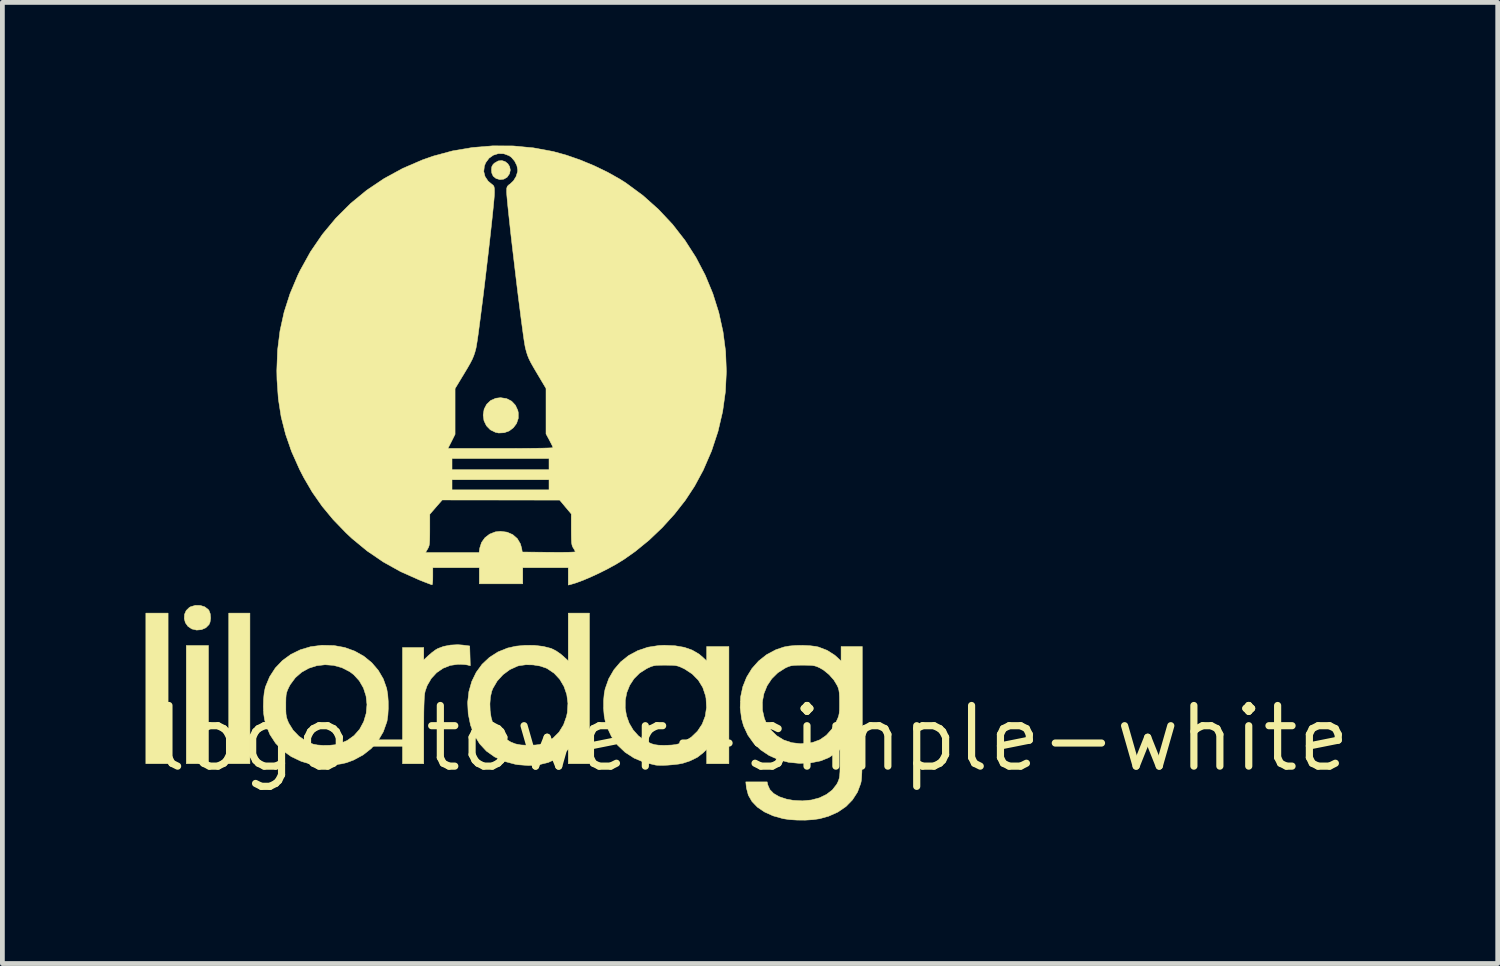
<source format=kicad_pcb>
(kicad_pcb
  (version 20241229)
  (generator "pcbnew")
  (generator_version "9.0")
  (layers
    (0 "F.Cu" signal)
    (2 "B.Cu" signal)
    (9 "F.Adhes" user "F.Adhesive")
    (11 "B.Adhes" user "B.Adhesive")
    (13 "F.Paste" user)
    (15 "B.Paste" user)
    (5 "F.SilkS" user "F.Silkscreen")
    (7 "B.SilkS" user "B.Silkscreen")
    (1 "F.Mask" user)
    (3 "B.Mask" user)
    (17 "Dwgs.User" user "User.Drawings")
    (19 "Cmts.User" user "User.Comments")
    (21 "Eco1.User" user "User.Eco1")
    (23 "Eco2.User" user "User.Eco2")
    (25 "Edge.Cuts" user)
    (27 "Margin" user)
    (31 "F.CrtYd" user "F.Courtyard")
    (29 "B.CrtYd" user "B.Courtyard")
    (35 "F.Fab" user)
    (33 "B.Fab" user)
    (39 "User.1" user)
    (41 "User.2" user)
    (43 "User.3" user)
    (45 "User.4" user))
  (footprint "logo-tower-simple-white"
    (layer "F.Cu")
    (at 12.705 12.418)
    (property "Reference" "logo-tower-simple-white" (at 0 0 0) (layer "F.SilkS") (effects (font (size 1.27 1.27) (thickness 0.15))))
    (attr through_hole)
    (fp_poly (pts (xy -12.234 0.529) (xy -12.7 0.529) (xy -12.7 -2.625) (xy -12.234 -2.625) (xy -12.234 0.529)) (stroke (width 0.01) (type solid)) (fill yes) (layer "F.SilkS"))
    (fp_poly (pts (xy -11.388 0.529) (xy -11.853 0.529) (xy -11.853 -1.947) (xy -11.388 -1.947) (xy -11.388 0.529)) (stroke (width 0.01) (type solid)) (fill yes) (layer "F.SilkS"))
    (fp_poly (pts (xy -10.52 0.529) (xy -10.964 0.529) (xy -10.964 -2.625) (xy -10.52 -2.625) (xy -10.52 0.529)) (stroke (width 0.01) (type solid)) (fill yes) (layer "F.SilkS"))
    (fp_poly (pts (xy -5.174 -12.083) (xy -5.118 -12.039) (xy -5.08 -11.978) (xy -5.066 -11.906) (xy -5.082 -11.83) (xy -5.132 -11.757) (xy -5.133 -11.756) (xy -5.201 -11.716) (xy -5.283 -11.706) (xy -5.362 -11.729) (xy -5.366 -11.731) (xy -5.425 -11.779) (xy -5.454 -11.844) (xy -5.46 -11.91) (xy -5.454 -11.975) (xy -5.428 -12.022) (xy -5.396 -12.053) (xy -5.319 -12.097) (xy -5.243 -12.105) (xy -5.174 -12.083)) (stroke (width 0.01) (type solid)) (fill yes) (layer "F.SilkS"))
    (fp_poly (pts (xy -11.559 -2.786) (xy -11.466 -2.757) (xy -11.393 -2.701) (xy -11.377 -2.68) (xy -11.351 -2.61) (xy -11.343 -2.522) (xy -11.355 -2.437) (xy -11.377 -2.385) (xy -11.444 -2.318) (xy -11.534 -2.279) (xy -11.636 -2.27) (xy -11.738 -2.294) (xy -11.739 -2.295) (xy -11.819 -2.349) (xy -11.872 -2.424) (xy -11.895 -2.511) (xy -11.89 -2.599) (xy -11.855 -2.679) (xy -11.79 -2.743) (xy -11.761 -2.759) (xy -11.662 -2.788) (xy -11.559 -2.786)) (stroke (width 0.01) (type solid)) (fill yes) (layer "F.SilkS"))
    (fp_poly (pts (xy -5.144 -7.119) (xy -5.039 -7.065) (xy -4.959 -6.98) (xy -4.908 -6.869) (xy -4.899 -6.823) (xy -4.899 -6.705) (xy -4.935 -6.598) (xy -5.001 -6.509) (xy -5.089 -6.442) (xy -5.194 -6.404) (xy -5.309 -6.398) (xy -5.378 -6.413) (xy -5.484 -6.465) (xy -5.566 -6.549) (xy -5.617 -6.655) (xy -5.634 -6.774) (xy -5.614 -6.898) (xy -5.56 -7.001) (xy -5.477 -7.079) (xy -5.37 -7.126) (xy -5.27 -7.138) (xy -5.144 -7.119)) (stroke (width 0.01) (type solid)) (fill yes) (layer "F.SilkS"))
    (fp_poly (pts (xy -6.062 -1.956) (xy -5.916 -1.937) (xy -5.91 -1.73) (xy -5.904 -1.523) (xy -5.963 -1.539) (xy -6.015 -1.547) (xy -6.092 -1.552) (xy -6.162 -1.553) (xy -6.324 -1.53) (xy -6.475 -1.47) (xy -6.61 -1.377) (xy -6.722 -1.255) (xy -6.808 -1.107) (xy -6.849 -0.99) (xy -6.858 -0.946) (xy -6.865 -0.884) (xy -6.87 -0.8) (xy -6.874 -0.69) (xy -6.877 -0.551) (xy -6.878 -0.377) (xy -6.879 -0.175) (xy -6.879 0.529) (xy -7.324 0.529) (xy -7.324 -1.905) (xy -6.879 -1.905) (xy -6.879 -1.645) (xy -6.776 -1.741) (xy -6.707 -1.8) (xy -6.634 -1.854) (xy -6.587 -1.882) (xy -6.464 -1.928) (xy -6.318 -1.956) (xy -6.165 -1.964) (xy -6.062 -1.956)) (stroke (width 0.01) (type solid)) (fill yes) (layer "F.SilkS"))
    (fp_poly (pts (xy -3.408 0.529) (xy -3.852 0.529) (xy -3.852 0.227) (xy -3.946 0.313) (xy -4.095 0.423) (xy -4.271 0.503) (xy -4.468 0.551) (xy -4.681 0.567) (xy -4.907 0.55) (xy -4.964 0.54) (xy -5.193 0.479) (xy -5.394 0.387) (xy -5.566 0.265) (xy -5.708 0.112) (xy -5.819 -0.069) (xy -5.899 -0.279) (xy -5.947 -0.515) (xy -5.948 -0.521) (xy -5.958 -0.728) (xy -5.493 -0.728) (xy -5.488 -0.58) (xy -5.468 -0.443) (xy -5.442 -0.354) (xy -5.357 -0.189) (xy -5.245 -0.054) (xy -5.156 0.016) (xy -5.055 0.076) (xy -4.955 0.115) (xy -4.844 0.136) (xy -4.71 0.143) (xy -4.646 0.142) (xy -4.536 0.137) (xy -4.455 0.127) (xy -4.389 0.111) (xy -4.323 0.084) (xy -4.318 0.082) (xy -4.168 -0.01) (xy -4.045 -0.133) (xy -3.951 -0.285) (xy -3.888 -0.462) (xy -3.871 -0.545) (xy -3.859 -0.736) (xy -3.883 -0.919) (xy -3.941 -1.088) (xy -4.03 -1.239) (xy -4.148 -1.366) (xy -4.292 -1.463) (xy -4.314 -1.474) (xy -4.441 -1.517) (xy -4.588 -1.541) (xy -4.74 -1.544) (xy -4.879 -1.525) (xy -4.916 -1.515) (xy -5.076 -1.442) (xy -5.22 -1.335) (xy -5.341 -1.202) (xy -5.431 -1.048) (xy -5.455 -0.988) (xy -5.482 -0.869) (xy -5.493 -0.728) (xy -5.958 -0.728) (xy -5.959 -0.759) (xy -5.933 -0.984) (xy -5.873 -1.194) (xy -5.78 -1.385) (xy -5.656 -1.555) (xy -5.503 -1.698) (xy -5.325 -1.812) (xy -5.122 -1.894) (xy -4.947 -1.933) (xy -4.755 -1.951) (xy -4.561 -1.95) (xy -4.376 -1.928) (xy -4.215 -1.887) (xy -4.202 -1.882) (xy -4.108 -1.835) (xy -4.01 -1.767) (xy -3.969 -1.732) (xy -3.852 -1.626) (xy -3.852 -2.625) (xy -3.408 -2.625) (xy -3.408 0.529)) (stroke (width 0.01) (type solid)) (fill yes) (layer "F.SilkS"))
    (fp_poly (pts (xy -1.616 -1.942) (xy -1.422 -1.909) (xy -1.257 -1.851) (xy -1.116 -1.769) (xy -1.049 -1.714) (xy -0.953 -1.624) (xy -0.953 -1.926) (xy -0.487 -1.926) (xy -0.487 0.529) (xy -0.953 0.529) (xy -0.953 0.228) (xy -1.032 0.305) (xy -1.15 0.396) (xy -1.302 0.47) (xy -1.45 0.519) (xy -1.537 0.536) (xy -1.647 0.549) (xy -1.767 0.559) (xy -1.882 0.564) (xy -1.977 0.562) (xy -2.021 0.558) (xy -2.261 0.501) (xy -2.474 0.411) (xy -2.661 0.29) (xy -2.819 0.14) (xy -2.947 -0.04) (xy -3.043 -0.246) (xy -3.072 -0.334) (xy -3.099 -0.469) (xy -3.112 -0.626) (xy -3.112 -0.638) (xy -2.659 -0.638) (xy -2.632 -0.476) (xy -2.577 -0.322) (xy -2.494 -0.18) (xy -2.384 -0.056) (xy -2.246 0.046) (xy -2.106 0.111) (xy -2.037 0.131) (xy -1.959 0.141) (xy -1.858 0.144) (xy -1.789 0.143) (xy -1.683 0.138) (xy -1.606 0.129) (xy -1.541 0.113) (xy -1.474 0.087) (xy -1.435 0.07) (xy -1.275 -0.027) (xy -1.145 -0.152) (xy -1.047 -0.3) (xy -0.983 -0.466) (xy -0.956 -0.647) (xy -0.966 -0.839) (xy -0.976 -0.893) (xy -1.034 -1.067) (xy -1.128 -1.221) (xy -1.256 -1.351) (xy -1.416 -1.456) (xy -1.435 -1.465) (xy -1.499 -1.495) (xy -1.552 -1.515) (xy -1.605 -1.527) (xy -1.671 -1.533) (xy -1.761 -1.534) (xy -1.821 -1.535) (xy -1.928 -1.534) (xy -2.005 -1.531) (xy -2.063 -1.522) (xy -2.114 -1.507) (xy -2.17 -1.482) (xy -2.206 -1.465) (xy -2.356 -1.37) (xy -2.475 -1.251) (xy -2.565 -1.113) (xy -2.626 -0.961) (xy -2.657 -0.801) (xy -2.659 -0.638) (xy -3.112 -0.638) (xy -3.112 -0.791) (xy -3.098 -0.945) (xy -3.079 -1.039) (xy -3.004 -1.251) (xy -2.895 -1.439) (xy -2.756 -1.602) (xy -2.589 -1.736) (xy -2.398 -1.839) (xy -2.185 -1.911) (xy -1.953 -1.947) (xy -1.841 -1.952) (xy -1.616 -1.942)) (stroke (width 0.01) (type solid)) (fill yes) (layer "F.SilkS"))
    (fp_poly (pts (xy -8.761 -1.946) (xy -8.758 -1.946) (xy -8.533 -1.905) (xy -8.324 -1.829) (xy -8.135 -1.723) (xy -7.969 -1.588) (xy -7.832 -1.428) (xy -7.726 -1.247) (xy -7.655 -1.047) (xy -7.653 -1.035) (xy -7.633 -0.917) (xy -7.623 -0.776) (xy -7.622 -0.628) (xy -7.63 -0.487) (xy -7.647 -0.369) (xy -7.652 -0.348) (xy -7.726 -0.14) (xy -7.836 0.047) (xy -7.978 0.21) (xy -8.151 0.346) (xy -8.352 0.454) (xy -8.498 0.508) (xy -8.603 0.532) (xy -8.732 0.55) (xy -8.872 0.561) (xy -9.009 0.565) (xy -9.13 0.56) (xy -9.206 0.55) (xy -9.442 0.481) (xy -9.652 0.382) (xy -9.832 0.254) (xy -9.983 0.099) (xy -10.101 -0.082) (xy -10.185 -0.286) (xy -10.215 -0.402) (xy -10.233 -0.526) (xy -10.239 -0.669) (xy -10.238 -0.699) (xy -9.768 -0.699) (xy -9.768 -0.59) (xy -9.764 -0.511) (xy -9.755 -0.451) (xy -9.739 -0.398) (xy -9.715 -0.339) (xy -9.708 -0.323) (xy -9.616 -0.174) (xy -9.493 -0.046) (xy -9.344 0.056) (xy -9.197 0.119) (xy -9.105 0.137) (xy -8.988 0.145) (xy -8.862 0.144) (xy -8.743 0.133) (xy -8.656 0.115) (xy -8.484 0.044) (xy -8.339 -0.06) (xy -8.222 -0.193) (xy -8.136 -0.353) (xy -8.085 -0.525) (xy -8.068 -0.71) (xy -8.088 -0.889) (xy -8.142 -1.057) (xy -8.229 -1.208) (xy -8.345 -1.335) (xy -8.428 -1.398) (xy -8.594 -1.483) (xy -8.769 -1.531) (xy -8.946 -1.544) (xy -9.121 -1.524) (xy -9.286 -1.471) (xy -9.437 -1.387) (xy -9.568 -1.273) (xy -9.673 -1.132) (xy -9.7 -1.083) (xy -9.73 -1.019) (xy -9.749 -0.967) (xy -9.761 -0.914) (xy -9.766 -0.849) (xy -9.768 -0.758) (xy -9.768 -0.699) (xy -10.238 -0.699) (xy -10.235 -0.818) (xy -10.221 -0.957) (xy -10.198 -1.071) (xy -10.194 -1.083) (xy -10.107 -1.292) (xy -9.988 -1.476) (xy -9.839 -1.632) (xy -9.664 -1.76) (xy -9.466 -1.857) (xy -9.248 -1.922) (xy -9.012 -1.952) (xy -8.761 -1.946)) (stroke (width 0.01) (type solid)) (fill yes) (layer "F.SilkS"))
    (fp_poly (pts (xy 1.205 -1.943) (xy 1.33 -1.928) (xy 1.386 -1.916) (xy 1.57 -1.846) (xy 1.73 -1.744) (xy 1.783 -1.697) (xy 1.863 -1.621) (xy 1.863 -1.926) (xy 2.307 -1.926) (xy 2.307 -0.555) (xy 2.307 -0.273) (xy 2.307 -0.029) (xy 2.306 0.178) (xy 2.305 0.352) (xy 2.303 0.497) (xy 2.301 0.616) (xy 2.298 0.711) (xy 2.294 0.787) (xy 2.29 0.846) (xy 2.285 0.891) (xy 2.278 0.926) (xy 2.275 0.941) (xy 2.206 1.125) (xy 2.101 1.287) (xy 1.964 1.427) (xy 1.796 1.542) (xy 1.601 1.629) (xy 1.414 1.681) (xy 1.275 1.701) (xy 1.113 1.711) (xy 0.944 1.71) (xy 0.783 1.7) (xy 0.649 1.68) (xy 0.439 1.621) (xy 0.259 1.54) (xy 0.111 1.44) (xy -0.003 1.322) (xy -0.08 1.188) (xy -0.119 1.04) (xy -0.121 1.028) (xy -0.133 0.91) (xy 0.314 0.91) (xy 0.328 0.975) (xy 0.371 1.071) (xy 0.451 1.153) (xy 0.567 1.22) (xy 0.716 1.27) (xy 0.858 1.296) (xy 1.055 1.307) (xy 1.241 1.289) (xy 1.41 1.244) (xy 1.558 1.172) (xy 1.68 1.078) (xy 1.771 0.961) (xy 1.792 0.921) (xy 1.812 0.873) (xy 1.826 0.827) (xy 1.834 0.771) (xy 1.839 0.698) (xy 1.841 0.597) (xy 1.841 0.522) (xy 1.841 0.23) (xy 1.75 0.305) (xy 1.607 0.4) (xy 1.443 0.467) (xy 1.251 0.507) (xy 1.238 0.509) (xy 0.995 0.522) (xy 0.765 0.5) (xy 0.55 0.444) (xy 0.353 0.356) (xy 0.179 0.24) (xy 0.029 0.096) (xy -0.091 -0.072) (xy -0.18 -0.264) (xy -0.222 -0.413) (xy -0.251 -0.644) (xy -0.246 -0.77) (xy 0.214 -0.77) (xy 0.216 -0.594) (xy 0.255 -0.422) (xy 0.293 -0.331) (xy 0.39 -0.179) (xy 0.515 -0.057) (xy 0.662 0.033) (xy 0.83 0.089) (xy 1.015 0.11) (xy 1.212 0.094) (xy 1.27 0.082) (xy 1.42 0.027) (xy 1.553 -0.066) (xy 1.669 -0.195) (xy 1.764 -0.357) (xy 1.793 -0.42) (xy 1.812 -0.472) (xy 1.823 -0.525) (xy 1.829 -0.591) (xy 1.83 -0.681) (xy 1.83 -0.751) (xy 1.829 -0.867) (xy 1.825 -0.95) (xy 1.816 -1.013) (xy 1.801 -1.065) (xy 1.783 -1.106) (xy 1.712 -1.224) (xy 1.612 -1.337) (xy 1.497 -1.431) (xy 1.421 -1.476) (xy 1.365 -1.502) (xy 1.315 -1.519) (xy 1.259 -1.529) (xy 1.187 -1.533) (xy 1.086 -1.535) (xy 1.058 -1.535) (xy 0.95 -1.534) (xy 0.873 -1.53) (xy 0.815 -1.522) (xy 0.764 -1.507) (xy 0.709 -1.483) (xy 0.688 -1.472) (xy 0.536 -1.375) (xy 0.41 -1.25) (xy 0.313 -1.104) (xy 0.247 -0.941) (xy 0.214 -0.77) (xy -0.246 -0.77) (xy -0.242 -0.869) (xy -0.196 -1.083) (xy -0.116 -1.283) (xy -0.005 -1.464) (xy 0.136 -1.623) (xy 0.304 -1.756) (xy 0.498 -1.859) (xy 0.667 -1.916) (xy 0.777 -1.936) (xy 0.913 -1.948) (xy 1.061 -1.95) (xy 1.205 -1.943)) (stroke (width 0.01) (type solid)) (fill yes) (layer "F.SilkS"))
    (fp_poly (pts (xy -5.006 -12.411) (xy -4.581 -12.371) (xy -4.17 -12.295) (xy -3.894 -12.219) (xy -3.603 -12.118) (xy -3.311 -11.997) (xy -3.029 -11.861) (xy -2.771 -11.716) (xy -2.646 -11.637) (xy -2.288 -11.373) (xy -1.962 -11.082) (xy -1.667 -10.768) (xy -1.406 -10.432) (xy -1.178 -10.077) (xy -0.984 -9.706) (xy -0.824 -9.32) (xy -0.699 -8.923) (xy -0.61 -8.517) (xy -0.556 -8.104) (xy -0.54 -7.686) (xy -0.56 -7.267) (xy -0.618 -6.849) (xy -0.715 -6.433) (xy -0.85 -6.023) (xy -1.024 -5.621) (xy -1.206 -5.284) (xy -1.399 -4.99) (xy -1.627 -4.699) (xy -1.882 -4.418) (xy -2.158 -4.155) (xy -2.447 -3.919) (xy -2.688 -3.749) (xy -2.841 -3.655) (xy -3.013 -3.56) (xy -3.193 -3.469) (xy -3.374 -3.385) (xy -3.545 -3.312) (xy -3.698 -3.256) (xy -3.799 -3.226) (xy -3.852 -3.213) (xy -3.852 -3.577) (xy -4.805 -3.577) (xy -4.805 -3.239) (xy -5.715 -3.239) (xy -5.715 -3.577) (xy -6.689 -3.577) (xy -6.689 -3.397) (xy -6.69 -3.316) (xy -6.695 -3.254) (xy -6.702 -3.221) (xy -6.705 -3.218) (xy -6.729 -3.226) (xy -6.785 -3.247) (xy -6.864 -3.277) (xy -6.959 -3.315) (xy -6.974 -3.321) (xy -7.366 -3.496) (xy -7.727 -3.697) (xy -8.017 -3.895) (xy -6.841 -3.895) (xy -5.72 -3.895) (xy -5.706 -3.988) (xy -5.668 -4.106) (xy -5.597 -4.205) (xy -5.498 -4.281) (xy -5.38 -4.327) (xy -5.274 -4.339) (xy -5.133 -4.321) (xy -5.014 -4.269) (xy -4.919 -4.186) (xy -4.854 -4.076) (xy -4.827 -3.979) (xy -4.815 -3.905) (xy -4.259 -3.9) (xy -4.111 -3.899) (xy -3.978 -3.899) (xy -3.865 -3.9) (xy -3.778 -3.903) (xy -3.723 -3.906) (xy -3.704 -3.91) (xy -3.715 -3.937) (xy -3.741 -3.982) (xy -3.747 -3.99) (xy -3.763 -4.019) (xy -3.774 -4.053) (xy -3.782 -4.1) (xy -3.786 -4.167) (xy -3.788 -4.263) (xy -3.789 -4.378) (xy -3.789 -4.703) (xy -3.911 -4.848) (xy -4.032 -4.993) (xy -6.492 -4.995) (xy -6.622 -4.846) (xy -6.752 -4.696) (xy -6.752 -4.371) (xy -6.753 -4.244) (xy -6.755 -4.151) (xy -6.759 -4.085) (xy -6.767 -4.038) (xy -6.78 -4.002) (xy -6.797 -3.97) (xy -6.841 -3.895) (xy -8.017 -3.895) (xy -8.063 -3.926) (xy -8.381 -4.188) (xy -8.507 -4.306) (xy -8.775 -4.583) (xy -9.007 -4.863) (xy -9.212 -5.156) (xy -9.366 -5.419) (xy -6.287 -5.419) (xy -6.287 -5.207) (xy -4.255 -5.207) (xy -4.255 -5.419) (xy -6.287 -5.419) (xy -9.366 -5.419) (xy -9.396 -5.471) (xy -9.483 -5.641) (xy -9.582 -5.863) (xy -6.287 -5.863) (xy -6.287 -5.63) (xy -4.255 -5.63) (xy -4.255 -5.863) (xy -6.287 -5.863) (xy -9.582 -5.863) (xy -9.647 -6.008) (xy -9.67 -6.075) (xy -6.372 -6.075) (xy -5.271 -6.075) (xy -5.059 -6.075) (xy -4.861 -6.076) (xy -4.681 -6.077) (xy -4.521 -6.079) (xy -4.387 -6.081) (xy -4.281 -6.084) (xy -4.209 -6.087) (xy -4.173 -6.09) (xy -4.17 -6.091) (xy -4.18 -6.116) (xy -4.205 -6.168) (xy -4.24 -6.235) (xy -4.244 -6.243) (xy -4.318 -6.38) (xy -4.318 -7.332) (xy -4.509 -7.653) (xy -4.581 -7.775) (xy -4.635 -7.871) (xy -4.674 -7.949) (xy -4.703 -8.019) (xy -4.726 -8.091) (xy -4.748 -8.173) (xy -4.753 -8.194) (xy -4.763 -8.249) (xy -4.778 -8.342) (xy -4.796 -8.468) (xy -4.817 -8.623) (xy -4.841 -8.802) (xy -4.866 -9.001) (xy -4.894 -9.216) (xy -4.922 -9.443) (xy -4.95 -9.677) (xy -4.978 -9.913) (xy -5.006 -10.148) (xy -5.033 -10.377) (xy -5.058 -10.595) (xy -5.08 -10.799) (xy -5.1 -10.984) (xy -5.117 -11.146) (xy -5.13 -11.28) (xy -5.139 -11.381) (xy -5.143 -11.447) (xy -5.143 -11.458) (xy -5.141 -11.525) (xy -5.128 -11.565) (xy -5.097 -11.596) (xy -5.068 -11.616) (xy -4.999 -11.682) (xy -4.944 -11.772) (xy -4.914 -11.87) (xy -4.911 -11.907) (xy -4.928 -11.999) (xy -4.975 -12.093) (xy -5.042 -12.172) (xy -5.091 -12.207) (xy -5.203 -12.248) (xy -5.316 -12.251) (xy -5.421 -12.218) (xy -5.512 -12.154) (xy -5.581 -12.06) (xy -5.609 -11.99) (xy -5.622 -11.877) (xy -5.595 -11.77) (xy -5.531 -11.674) (xy -5.455 -11.611) (xy -5.424 -11.587) (xy -5.407 -11.558) (xy -5.399 -11.513) (xy -5.398 -11.438) (xy -5.398 -11.433) (xy -5.4 -11.376) (xy -5.408 -11.281) (xy -5.42 -11.153) (xy -5.436 -10.996) (xy -5.455 -10.815) (xy -5.477 -10.614) (xy -5.501 -10.398) (xy -5.527 -10.17) (xy -5.555 -9.935) (xy -5.583 -9.698) (xy -5.611 -9.463) (xy -5.639 -9.234) (xy -5.667 -9.016) (xy -5.693 -8.813) (xy -5.717 -8.63) (xy -5.738 -8.47) (xy -5.757 -8.338) (xy -5.773 -8.239) (xy -5.784 -8.177) (xy -5.786 -8.17) (xy -5.807 -8.09) (xy -5.831 -8.018) (xy -5.861 -7.946) (xy -5.902 -7.866) (xy -5.958 -7.767) (xy -6.029 -7.649) (xy -6.223 -7.328) (xy -6.223 -6.37) (xy -6.297 -6.222) (xy -6.372 -6.075) (xy -9.67 -6.075) (xy -9.773 -6.371) (xy -9.866 -6.737) (xy -9.925 -7.115) (xy -9.953 -7.513) (xy -9.957 -7.705) (xy -9.941 -8.131) (xy -9.89 -8.538) (xy -9.804 -8.93) (xy -9.68 -9.316) (xy -9.518 -9.7) (xy -9.47 -9.799) (xy -9.252 -10.193) (xy -9.001 -10.56) (xy -8.72 -10.898) (xy -8.41 -11.207) (xy -8.073 -11.484) (xy -7.708 -11.729) (xy -7.319 -11.941) (xy -6.906 -12.119) (xy -6.677 -12.199) (xy -6.277 -12.307) (xy -5.86 -12.378) (xy -5.435 -12.413) (xy -5.006 -12.411)) (stroke (width 0.01) (type solid)) (fill yes) (layer "F.SilkS")))
  (gr_rect
    (start -3 -3)
    (end 28.322 17.133)
    (stroke (width 0.1) (type default))
    (fill no)
    (layer "Edge.Cuts")))
</source>
